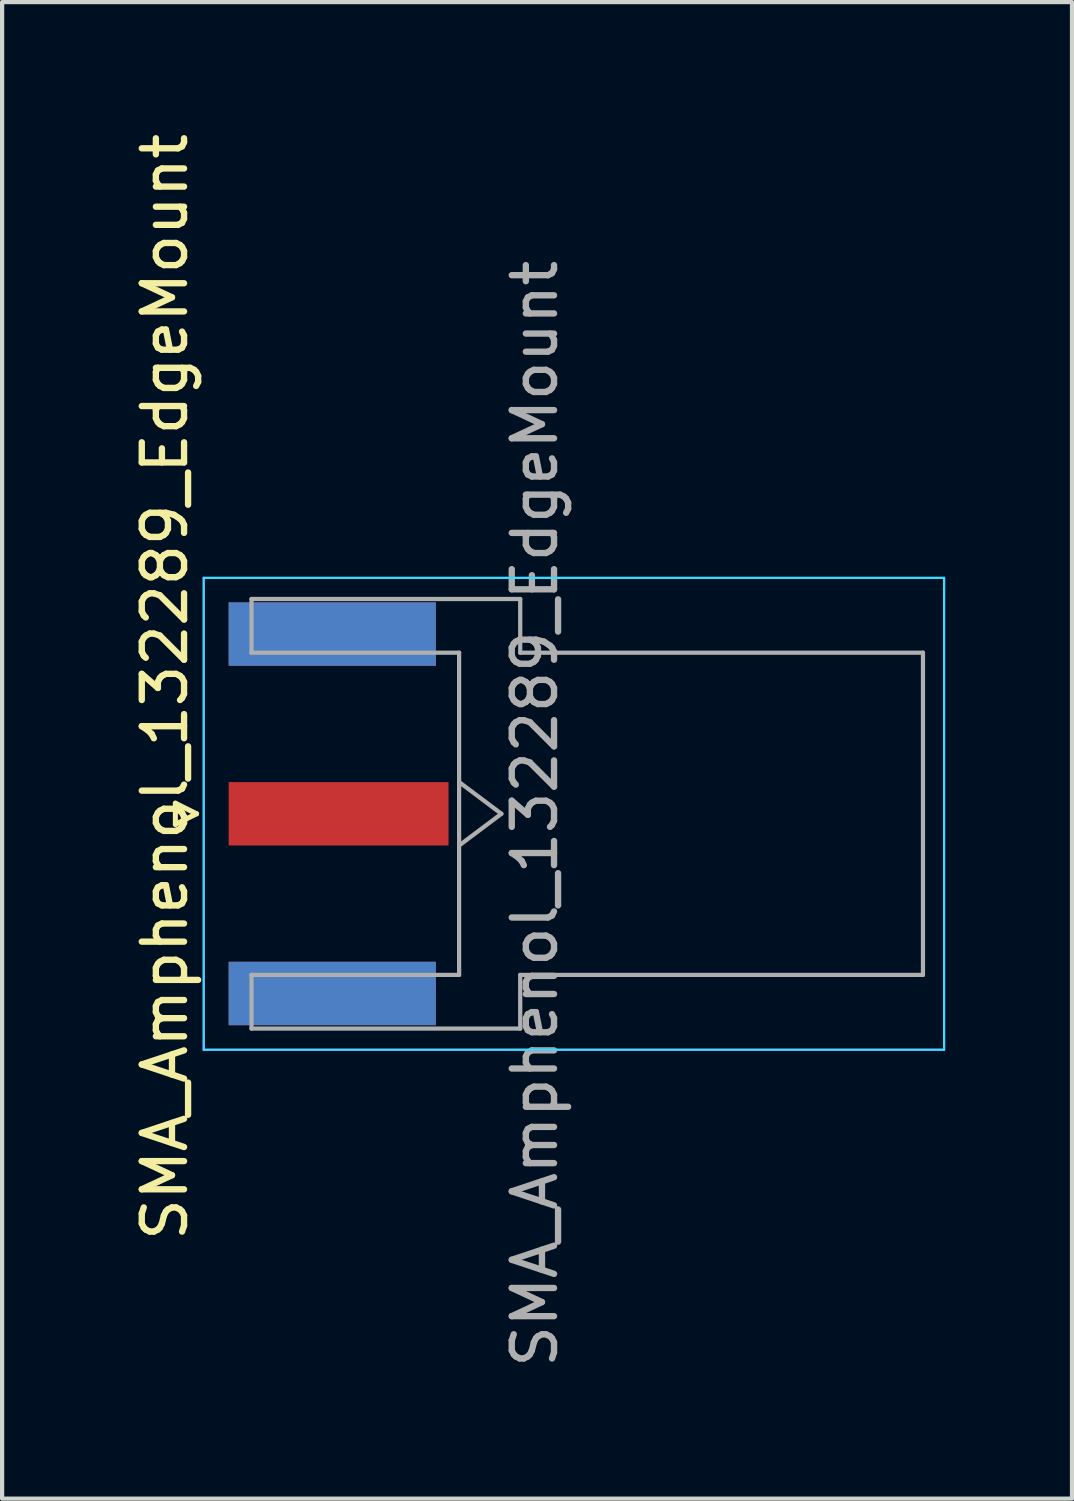
<source format=kicad_pcb>
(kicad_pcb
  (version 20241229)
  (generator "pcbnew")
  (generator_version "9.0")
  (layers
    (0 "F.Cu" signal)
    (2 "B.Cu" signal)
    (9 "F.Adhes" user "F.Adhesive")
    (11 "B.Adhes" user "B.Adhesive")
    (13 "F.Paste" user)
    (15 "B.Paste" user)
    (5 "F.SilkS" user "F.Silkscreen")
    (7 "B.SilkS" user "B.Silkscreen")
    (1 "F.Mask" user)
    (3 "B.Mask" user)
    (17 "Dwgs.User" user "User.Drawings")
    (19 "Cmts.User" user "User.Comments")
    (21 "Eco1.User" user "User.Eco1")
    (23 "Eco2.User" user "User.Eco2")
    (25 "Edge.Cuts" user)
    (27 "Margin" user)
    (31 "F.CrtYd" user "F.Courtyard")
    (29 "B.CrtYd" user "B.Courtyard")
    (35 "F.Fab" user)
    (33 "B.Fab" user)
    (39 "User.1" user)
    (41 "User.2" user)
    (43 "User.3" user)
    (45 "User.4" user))
  (footprint "SMA_Amphenol_132289_EdgeMount"
    (layer "F.Cu")
    (at 4.808 16.196)
    (property "Reference" "SMA_Amphenol_132289_EdgeMount" (at -3.96 -3 90) (layer "F.SilkS") (effects (font (size 1 1) (thickness 0.15))))
    (attr smd)
    (fp_line (start -3.71 -0.25) (end -3.71 0.25) (stroke (width 0.12) (type solid)) (layer "F.SilkS"))
    (fp_line (start -3.71 0.25) (end -3.21 0) (stroke (width 0.12) (type solid)) (layer "F.SilkS"))
    (fp_line (start -3.21 0) (end -3.71 -0.25) (stroke (width 0.12) (type solid)) (layer "F.SilkS"))
    (fp_line (start -3.04 5.58) (end -3.04 -5.58) (stroke (width 0.05) (type solid)) (layer "B.CrtYd"))
    (fp_line (start 14.47 -5.58) (end -3.04 -5.58) (stroke (width 0.05) (type solid)) (layer "B.CrtYd"))
    (fp_line (start 14.47 -5.58) (end 14.47 5.58) (stroke (width 0.05) (type solid)) (layer "B.CrtYd"))
    (fp_line (start 14.47 5.58) (end -3.04 5.58) (stroke (width 0.05) (type solid)) (layer "B.CrtYd"))
    (fp_line (start -3.04 5.58) (end -3.04 -5.58) (stroke (width 0.05) (type solid)) (layer "F.CrtYd"))
    (fp_line (start 14.47 -5.58) (end -3.04 -5.58) (stroke (width 0.05) (type solid)) (layer "F.CrtYd"))
    (fp_line (start 14.47 -5.58) (end 14.47 5.58) (stroke (width 0.05) (type solid)) (layer "F.CrtYd"))
    (fp_line (start 14.47 5.58) (end -3.04 5.58) (stroke (width 0.05) (type solid)) (layer "F.CrtYd"))
    (fp_line (start -1.91 -5.08) (end -1.91 -3.81) (stroke (width 0.1) (type solid)) (layer "F.Fab"))
    (fp_line (start -1.91 -5.08) (end 4.445 -5.08) (stroke (width 0.1) (type solid)) (layer "F.Fab"))
    (fp_line (start -1.91 -3.81) (end 3 -3.81) (stroke (width 0.1) (type solid)) (layer "F.Fab"))
    (fp_line (start -1.91 3.81) (end -1.91 5.08) (stroke (width 0.1) (type solid)) (layer "F.Fab"))
    (fp_line (start -1.91 5.08) (end 4.445 5.08) (stroke (width 0.1) (type solid)) (layer "F.Fab"))
    (fp_line (start 3 -3.81) (end 3 3.81) (stroke (width 0.1) (type solid)) (layer "F.Fab"))
    (fp_line (start 3 -0.75) (end 4 0) (stroke (width 0.1) (type solid)) (layer "F.Fab"))
    (fp_line (start 3 3.81) (end -1.91 3.81) (stroke (width 0.1) (type solid)) (layer "F.Fab"))
    (fp_line (start 4 0) (end 3 0.75) (stroke (width 0.1) (type solid)) (layer "F.Fab"))
    (fp_line (start 4.445 -3.81) (end 4.445 -5.08) (stroke (width 0.1) (type solid)) (layer "F.Fab"))
    (fp_line (start 4.445 -3.81) (end 13.97 -3.81) (stroke (width 0.1) (type solid)) (layer "F.Fab"))
    (fp_line (start 4.445 5.08) (end 4.445 3.81) (stroke (width 0.1) (type solid)) (layer "F.Fab"))
    (fp_line (start 13.97 -3.81) (end 13.97 3.81) (stroke (width 0.1) (type solid)) (layer "F.Fab"))
    (fp_line (start 13.97 3.81) (end 4.445 3.81) (stroke (width 0.1) (type solid)) (layer "F.Fab"))
    (fp_text user "${REFERENCE}" (at 4.79 0 270) (layer "F.Fab") (effects (font (size 1 1) (thickness 0.15))))
    (pad "1" smd rect (at 0.15 0 90) (size 1.5 5.2) (layers "F.Cu" "F.Mask" "F.Paste"))
    (pad "2" smd rect (at 0 -4.25 90) (size 1.5 4.9) (layers "F.Cu" "F.Mask" "F.Paste"))
    (pad "2" smd rect (at 0 -4.25 90) (size 1.5 4.9) (layers "B.Cu" "B.Mask" "B.Paste"))
    (pad "2" smd rect (at 0 4.25 90) (size 1.5 4.9) (layers "F.Cu" "F.Mask" "F.Paste"))
    (pad "2" smd rect (at 0 4.25 90) (size 1.5 4.9) (layers "B.Cu" "B.Mask" "B.Paste")))
  (gr_rect
    (start -3 -3)
    (end 22.303 32.393)
    (stroke (width 0.1) (type default))
    (fill no)
    (layer "Edge.Cuts")))
</source>
